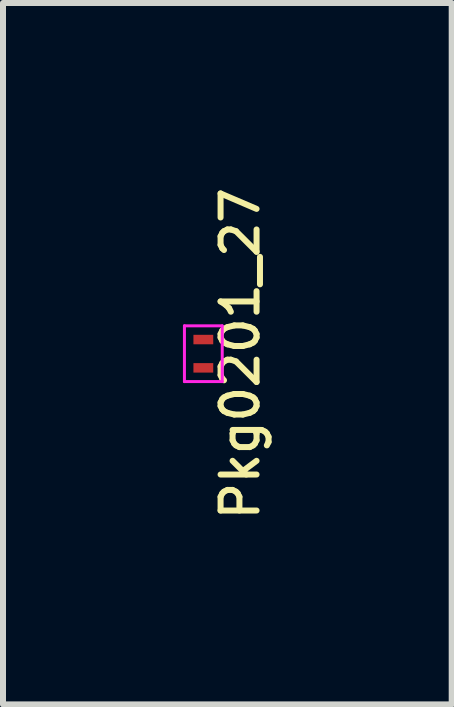
<source format=kicad_pcb>
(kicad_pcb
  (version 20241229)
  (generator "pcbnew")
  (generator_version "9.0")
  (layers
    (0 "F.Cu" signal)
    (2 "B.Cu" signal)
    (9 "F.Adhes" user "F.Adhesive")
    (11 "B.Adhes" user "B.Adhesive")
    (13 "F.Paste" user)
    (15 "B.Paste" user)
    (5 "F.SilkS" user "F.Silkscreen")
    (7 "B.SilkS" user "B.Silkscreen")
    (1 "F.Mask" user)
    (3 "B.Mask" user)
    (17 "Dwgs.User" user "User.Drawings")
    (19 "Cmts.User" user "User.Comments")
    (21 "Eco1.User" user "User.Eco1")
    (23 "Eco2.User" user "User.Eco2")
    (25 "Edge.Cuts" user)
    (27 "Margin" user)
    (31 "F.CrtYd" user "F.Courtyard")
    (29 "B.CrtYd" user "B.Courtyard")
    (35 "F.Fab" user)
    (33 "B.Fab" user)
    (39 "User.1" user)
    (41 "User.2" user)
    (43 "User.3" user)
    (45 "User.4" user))
  (footprint "Pkg0201_27"
    (layer "F.Cu")
    (at 0.34 2.847)
    (property "Reference" "Pkg0201_27" (at 0.615 0 90) (layer "F.SilkS") (effects (font (size 0.6 0.6) (thickness 0.1))))
    (fp_line (start -0.315 -0.465) (end -0.315 0.465) (stroke (width 0.05) (type solid)) (layer "F.CrtYd"))
    (fp_line (start -0.315 0.465) (end 0.315 0.465) (stroke (width 0.05) (type solid)) (layer "F.CrtYd"))
    (fp_line (start 0.315 -0.465) (end -0.315 -0.465) (stroke (width 0.05) (type solid)) (layer "F.CrtYd"))
    (fp_line (start 0.315 0.465) (end 0.315 -0.465) (stroke (width 0.05) (type solid)) (layer "F.CrtYd"))
    (pad "1" smd rect (at 0 -0.236) (size 0.33 0.158) (layers "F.Cu" "F.Mask" "F.Paste"))
    (pad "2" smd rect (at 0 0.236) (size 0.33 0.158) (layers "F.Cu" "F.Mask" "F.Paste")))
  (gr_rect
    (start -3 -3)
    (end 4.481 8.694)
    (stroke (width 0.1) (type default))
    (fill no)
    (layer "Edge.Cuts")))
</source>
